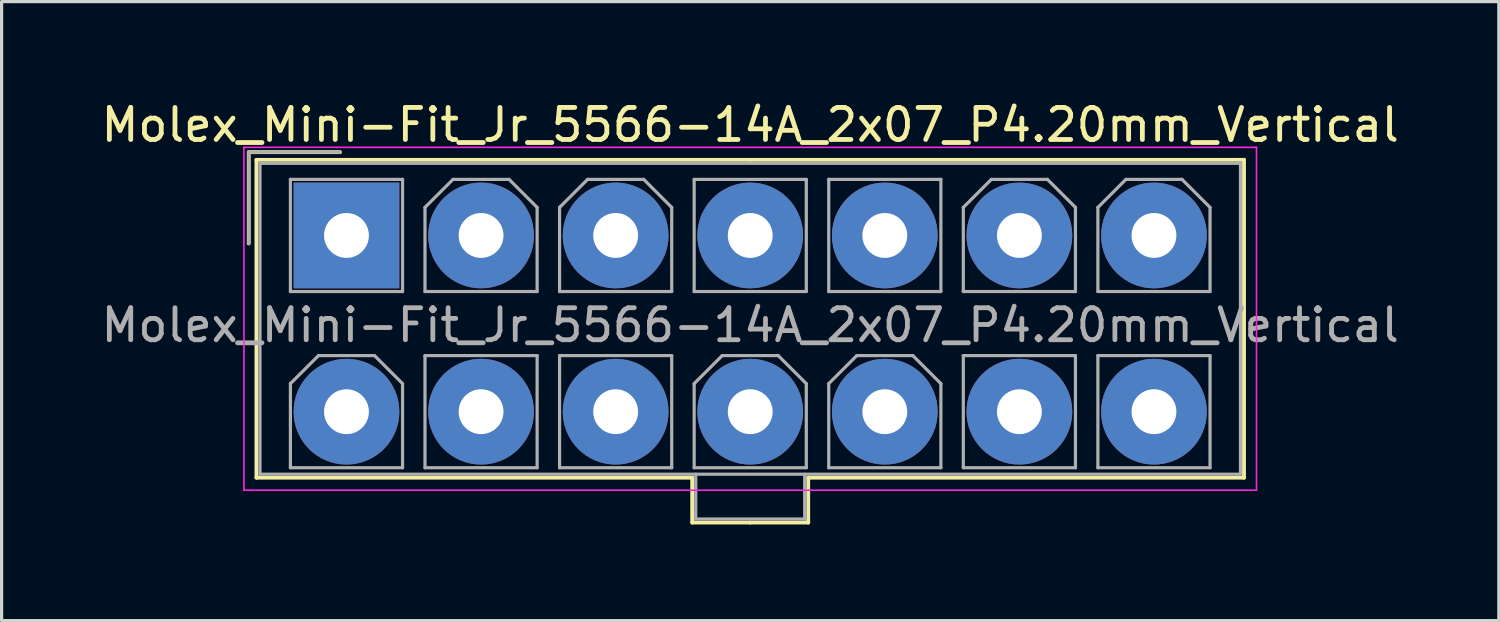
<source format=kicad_pcb>
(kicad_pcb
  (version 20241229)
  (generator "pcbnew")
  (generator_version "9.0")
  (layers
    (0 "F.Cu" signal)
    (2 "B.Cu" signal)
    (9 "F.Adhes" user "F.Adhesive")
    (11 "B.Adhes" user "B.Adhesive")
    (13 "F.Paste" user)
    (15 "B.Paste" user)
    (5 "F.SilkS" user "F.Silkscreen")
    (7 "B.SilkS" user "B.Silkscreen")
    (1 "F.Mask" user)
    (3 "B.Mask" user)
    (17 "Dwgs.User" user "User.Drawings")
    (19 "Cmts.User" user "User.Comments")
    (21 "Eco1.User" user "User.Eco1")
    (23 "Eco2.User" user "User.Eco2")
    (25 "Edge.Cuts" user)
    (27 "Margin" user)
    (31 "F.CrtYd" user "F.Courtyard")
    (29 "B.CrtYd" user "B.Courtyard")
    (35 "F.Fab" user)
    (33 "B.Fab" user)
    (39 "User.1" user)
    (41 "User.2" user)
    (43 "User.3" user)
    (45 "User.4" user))
  (footprint "Molex_Mini-Fit_Jr_5566-14A_2x07_P4.20mm_Vertical"
    (layer "F.Cu")
    (at 7.763 4.298)
    (property "Reference" "Molex_Mini-Fit_Jr_5566-14A_2x07_P4.20mm_Vertical" (at 12.6 -3.45 0) (layer "F.SilkS") (effects (font (size 1 1) (thickness 0.15))))
    (attr through_hole)
    (fp_line (start -3.05 -2.6) (end -3.05 0.25) (stroke (width 0.12) (type solid)) (layer "F.SilkS"))
    (fp_line (start -2.81 -2.36) (end -2.81 7.56) (stroke (width 0.12) (type solid)) (layer "F.SilkS"))
    (fp_line (start -2.81 7.56) (end 10.79 7.56) (stroke (width 0.12) (type solid)) (layer "F.SilkS"))
    (fp_line (start -0.2 -2.6) (end -3.05 -2.6) (stroke (width 0.12) (type solid)) (layer "F.SilkS"))
    (fp_line (start 10.79 7.56) (end 10.79 8.96) (stroke (width 0.12) (type solid)) (layer "F.SilkS"))
    (fp_line (start 10.79 8.96) (end 12.6 8.96) (stroke (width 0.12) (type solid)) (layer "F.SilkS"))
    (fp_line (start 12.6 -2.36) (end -2.81 -2.36) (stroke (width 0.12) (type solid)) (layer "F.SilkS"))
    (fp_line (start 12.6 -2.36) (end 28.01 -2.36) (stroke (width 0.12) (type solid)) (layer "F.SilkS"))
    (fp_line (start 14.41 7.56) (end 14.41 8.96) (stroke (width 0.12) (type solid)) (layer "F.SilkS"))
    (fp_line (start 14.41 8.96) (end 12.6 8.96) (stroke (width 0.12) (type solid)) (layer "F.SilkS"))
    (fp_line (start 28.01 -2.36) (end 28.01 7.56) (stroke (width 0.12) (type solid)) (layer "F.SilkS"))
    (fp_line (start 28.01 7.56) (end 14.41 7.56) (stroke (width 0.12) (type solid)) (layer "F.SilkS"))
    (fp_line (start -3.2 -2.75) (end -3.2 7.95) (stroke (width 0.05) (type solid)) (layer "F.CrtYd"))
    (fp_line (start -3.2 7.95) (end 28.4 7.95) (stroke (width 0.05) (type solid)) (layer "F.CrtYd"))
    (fp_line (start 28.4 -2.75) (end -3.2 -2.75) (stroke (width 0.05) (type solid)) (layer "F.CrtYd"))
    (fp_line (start 28.4 7.95) (end 28.4 -2.75) (stroke (width 0.05) (type solid)) (layer "F.CrtYd"))
    (fp_line (start -3.05 -2.6) (end -3.05 0.25) (stroke (width 0.1) (type solid)) (layer "F.Fab"))
    (fp_line (start -2.7 -2.25) (end -2.7 7.45) (stroke (width 0.1) (type solid)) (layer "F.Fab"))
    (fp_line (start -2.7 7.45) (end 27.9 7.45) (stroke (width 0.1) (type solid)) (layer "F.Fab"))
    (fp_line (start -1.75 -1.75) (end -1.75 1.75) (stroke (width 0.1) (type solid)) (layer "F.Fab"))
    (fp_line (start -1.75 1.75) (end 1.75 1.75) (stroke (width 0.1) (type solid)) (layer "F.Fab"))
    (fp_line (start -1.75 4.625) (end -0.875 3.75) (stroke (width 0.1) (type solid)) (layer "F.Fab"))
    (fp_line (start -1.75 7.25) (end -1.75 4.625) (stroke (width 0.1) (type solid)) (layer "F.Fab"))
    (fp_line (start -0.875 3.75) (end 0.875 3.75) (stroke (width 0.1) (type solid)) (layer "F.Fab"))
    (fp_line (start -0.2 -2.6) (end -3.05 -2.6) (stroke (width 0.1) (type solid)) (layer "F.Fab"))
    (fp_line (start 0.875 3.75) (end 1.75 4.625) (stroke (width 0.1) (type solid)) (layer "F.Fab"))
    (fp_line (start 1.75 -1.75) (end -1.75 -1.75) (stroke (width 0.1) (type solid)) (layer "F.Fab"))
    (fp_line (start 1.75 1.75) (end 1.75 -1.75) (stroke (width 0.1) (type solid)) (layer "F.Fab"))
    (fp_line (start 1.75 4.625) (end 1.75 7.25) (stroke (width 0.1) (type solid)) (layer "F.Fab"))
    (fp_line (start 1.75 7.25) (end -1.75 7.25) (stroke (width 0.1) (type solid)) (layer "F.Fab"))
    (fp_line (start 2.45 -0.875) (end 3.325 -1.75) (stroke (width 0.1) (type solid)) (layer "F.Fab"))
    (fp_line (start 2.45 1.75) (end 2.45 -0.875) (stroke (width 0.1) (type solid)) (layer "F.Fab"))
    (fp_line (start 2.45 3.75) (end 2.45 7.25) (stroke (width 0.1) (type solid)) (layer "F.Fab"))
    (fp_line (start 2.45 7.25) (end 5.95 7.25) (stroke (width 0.1) (type solid)) (layer "F.Fab"))
    (fp_line (start 3.325 -1.75) (end 5.075 -1.75) (stroke (width 0.1) (type solid)) (layer "F.Fab"))
    (fp_line (start 5.075 -1.75) (end 5.95 -0.875) (stroke (width 0.1) (type solid)) (layer "F.Fab"))
    (fp_line (start 5.95 -0.875) (end 5.95 1.75) (stroke (width 0.1) (type solid)) (layer "F.Fab"))
    (fp_line (start 5.95 1.75) (end 2.45 1.75) (stroke (width 0.1) (type solid)) (layer "F.Fab"))
    (fp_line (start 5.95 3.75) (end 2.45 3.75) (stroke (width 0.1) (type solid)) (layer "F.Fab"))
    (fp_line (start 5.95 7.25) (end 5.95 3.75) (stroke (width 0.1) (type solid)) (layer "F.Fab"))
    (fp_line (start 6.65 -0.875) (end 7.525 -1.75) (stroke (width 0.1) (type solid)) (layer "F.Fab"))
    (fp_line (start 6.65 1.75) (end 6.65 -0.875) (stroke (width 0.1) (type solid)) (layer "F.Fab"))
    (fp_line (start 6.65 3.75) (end 6.65 7.25) (stroke (width 0.1) (type solid)) (layer "F.Fab"))
    (fp_line (start 6.65 7.25) (end 10.15 7.25) (stroke (width 0.1) (type solid)) (layer "F.Fab"))
    (fp_line (start 7.525 -1.75) (end 9.275 -1.75) (stroke (width 0.1) (type solid)) (layer "F.Fab"))
    (fp_line (start 9.275 -1.75) (end 10.15 -0.875) (stroke (width 0.1) (type solid)) (layer "F.Fab"))
    (fp_line (start 10.15 -0.875) (end 10.15 1.75) (stroke (width 0.1) (type solid)) (layer "F.Fab"))
    (fp_line (start 10.15 1.75) (end 6.65 1.75) (stroke (width 0.1) (type solid)) (layer "F.Fab"))
    (fp_line (start 10.15 3.75) (end 6.65 3.75) (stroke (width 0.1) (type solid)) (layer "F.Fab"))
    (fp_line (start 10.15 7.25) (end 10.15 3.75) (stroke (width 0.1) (type solid)) (layer "F.Fab"))
    (fp_line (start 10.85 -1.75) (end 10.85 1.75) (stroke (width 0.1) (type solid)) (layer "F.Fab"))
    (fp_line (start 10.85 1.75) (end 14.35 1.75) (stroke (width 0.1) (type solid)) (layer "F.Fab"))
    (fp_line (start 10.85 4.625) (end 11.725 3.75) (stroke (width 0.1) (type solid)) (layer "F.Fab"))
    (fp_line (start 10.85 7.25) (end 10.85 4.625) (stroke (width 0.1) (type solid)) (layer "F.Fab"))
    (fp_line (start 10.9 7.45) (end 10.9 8.85) (stroke (width 0.1) (type solid)) (layer "F.Fab"))
    (fp_line (start 10.9 8.85) (end 14.3 8.85) (stroke (width 0.1) (type solid)) (layer "F.Fab"))
    (fp_line (start 11.725 3.75) (end 13.475 3.75) (stroke (width 0.1) (type solid)) (layer "F.Fab"))
    (fp_line (start 13.475 3.75) (end 14.35 4.625) (stroke (width 0.1) (type solid)) (layer "F.Fab"))
    (fp_line (start 14.3 8.85) (end 14.3 7.45) (stroke (width 0.1) (type solid)) (layer "F.Fab"))
    (fp_line (start 14.35 -1.75) (end 10.85 -1.75) (stroke (width 0.1) (type solid)) (layer "F.Fab"))
    (fp_line (start 14.35 1.75) (end 14.35 -1.75) (stroke (width 0.1) (type solid)) (layer "F.Fab"))
    (fp_line (start 14.35 4.625) (end 14.35 7.25) (stroke (width 0.1) (type solid)) (layer "F.Fab"))
    (fp_line (start 14.35 7.25) (end 10.85 7.25) (stroke (width 0.1) (type solid)) (layer "F.Fab"))
    (fp_line (start 15.05 -1.75) (end 15.05 1.75) (stroke (width 0.1) (type solid)) (layer "F.Fab"))
    (fp_line (start 15.05 1.75) (end 18.55 1.75) (stroke (width 0.1) (type solid)) (layer "F.Fab"))
    (fp_line (start 15.05 4.625) (end 15.925 3.75) (stroke (width 0.1) (type solid)) (layer "F.Fab"))
    (fp_line (start 15.05 7.25) (end 15.05 4.625) (stroke (width 0.1) (type solid)) (layer "F.Fab"))
    (fp_line (start 15.925 3.75) (end 17.675 3.75) (stroke (width 0.1) (type solid)) (layer "F.Fab"))
    (fp_line (start 17.675 3.75) (end 18.55 4.625) (stroke (width 0.1) (type solid)) (layer "F.Fab"))
    (fp_line (start 18.55 -1.75) (end 15.05 -1.75) (stroke (width 0.1) (type solid)) (layer "F.Fab"))
    (fp_line (start 18.55 1.75) (end 18.55 -1.75) (stroke (width 0.1) (type solid)) (layer "F.Fab"))
    (fp_line (start 18.55 4.625) (end 18.55 7.25) (stroke (width 0.1) (type solid)) (layer "F.Fab"))
    (fp_line (start 18.55 7.25) (end 15.05 7.25) (stroke (width 0.1) (type solid)) (layer "F.Fab"))
    (fp_line (start 19.25 -0.875) (end 20.125 -1.75) (stroke (width 0.1) (type solid)) (layer "F.Fab"))
    (fp_line (start 19.25 1.75) (end 19.25 -0.875) (stroke (width 0.1) (type solid)) (layer "F.Fab"))
    (fp_line (start 19.25 3.75) (end 19.25 7.25) (stroke (width 0.1) (type solid)) (layer "F.Fab"))
    (fp_line (start 19.25 7.25) (end 22.75 7.25) (stroke (width 0.1) (type solid)) (layer "F.Fab"))
    (fp_line (start 20.125 -1.75) (end 21.875 -1.75) (stroke (width 0.1) (type solid)) (layer "F.Fab"))
    (fp_line (start 21.875 -1.75) (end 22.75 -0.875) (stroke (width 0.1) (type solid)) (layer "F.Fab"))
    (fp_line (start 22.75 -0.875) (end 22.75 1.75) (stroke (width 0.1) (type solid)) (layer "F.Fab"))
    (fp_line (start 22.75 1.75) (end 19.25 1.75) (stroke (width 0.1) (type solid)) (layer "F.Fab"))
    (fp_line (start 22.75 3.75) (end 19.25 3.75) (stroke (width 0.1) (type solid)) (layer "F.Fab"))
    (fp_line (start 22.75 7.25) (end 22.75 3.75) (stroke (width 0.1) (type solid)) (layer "F.Fab"))
    (fp_line (start 23.45 -0.875) (end 24.325 -1.75) (stroke (width 0.1) (type solid)) (layer "F.Fab"))
    (fp_line (start 23.45 1.75) (end 23.45 -0.875) (stroke (width 0.1) (type solid)) (layer "F.Fab"))
    (fp_line (start 23.45 3.75) (end 23.45 7.25) (stroke (width 0.1) (type solid)) (layer "F.Fab"))
    (fp_line (start 23.45 7.25) (end 26.95 7.25) (stroke (width 0.1) (type solid)) (layer "F.Fab"))
    (fp_line (start 24.325 -1.75) (end 26.075 -1.75) (stroke (width 0.1) (type solid)) (layer "F.Fab"))
    (fp_line (start 26.075 -1.75) (end 26.95 -0.875) (stroke (width 0.1) (type solid)) (layer "F.Fab"))
    (fp_line (start 26.95 -0.875) (end 26.95 1.75) (stroke (width 0.1) (type solid)) (layer "F.Fab"))
    (fp_line (start 26.95 1.75) (end 23.45 1.75) (stroke (width 0.1) (type solid)) (layer "F.Fab"))
    (fp_line (start 26.95 3.75) (end 23.45 3.75) (stroke (width 0.1) (type solid)) (layer "F.Fab"))
    (fp_line (start 26.95 7.25) (end 26.95 3.75) (stroke (width 0.1) (type solid)) (layer "F.Fab"))
    (fp_line (start 27.9 -2.25) (end -2.7 -2.25) (stroke (width 0.1) (type solid)) (layer "F.Fab"))
    (fp_line (start 27.9 7.45) (end 27.9 -2.25) (stroke (width 0.1) (type solid)) (layer "F.Fab"))
    (fp_text user "${REFERENCE}" (at 12.6 2.8 0) (layer "F.Fab") (effects (font (size 1 1) (thickness 0.15))))
    (pad "1" thru_hole rect (at 0 0) (size 3.3 3.3) (drill 1.4) (layers "*.Cu" "*.Mask"))
    (pad "2" thru_hole circle (at 4.2 0) (size 3.3 3.3) (drill 1.4) (layers "*.Cu" "*.Mask"))
    (pad "3" thru_hole circle (at 8.4 0) (size 3.3 3.3) (drill 1.4) (layers "*.Cu" "*.Mask"))
    (pad "4" thru_hole circle (at 12.6 0) (size 3.3 3.3) (drill 1.4) (layers "*.Cu" "*.Mask"))
    (pad "5" thru_hole circle (at 16.8 0) (size 3.3 3.3) (drill 1.4) (layers "*.Cu" "*.Mask"))
    (pad "6" thru_hole circle (at 21 0) (size 3.3 3.3) (drill 1.4) (layers "*.Cu" "*.Mask"))
    (pad "7" thru_hole circle (at 25.2 0) (size 3.3 3.3) (drill 1.4) (layers "*.Cu" "*.Mask"))
    (pad "8" thru_hole circle (at 0 5.5) (size 3.3 3.3) (drill 1.4) (layers "*.Cu" "*.Mask"))
    (pad "9" thru_hole circle (at 4.2 5.5) (size 3.3 3.3) (drill 1.4) (layers "*.Cu" "*.Mask"))
    (pad "10" thru_hole circle (at 8.4 5.5) (size 3.3 3.3) (drill 1.4) (layers "*.Cu" "*.Mask"))
    (pad "11" thru_hole circle (at 12.6 5.5) (size 3.3 3.3) (drill 1.4) (layers "*.Cu" "*.Mask"))
    (pad "12" thru_hole circle (at 16.8 5.5) (size 3.3 3.3) (drill 1.4) (layers "*.Cu" "*.Mask"))
    (pad "13" thru_hole circle (at 21 5.5) (size 3.3 3.3) (drill 1.4) (layers "*.Cu" "*.Mask"))
    (pad "14" thru_hole circle (at 25.2 5.5) (size 3.3 3.3) (drill 1.4) (layers "*.Cu" "*.Mask")))
  (gr_rect
    (start -3 -3)
    (end 43.726 16.318)
    (stroke (width 0.1) (type default))
    (fill no)
    (layer "Edge.Cuts")))
</source>
